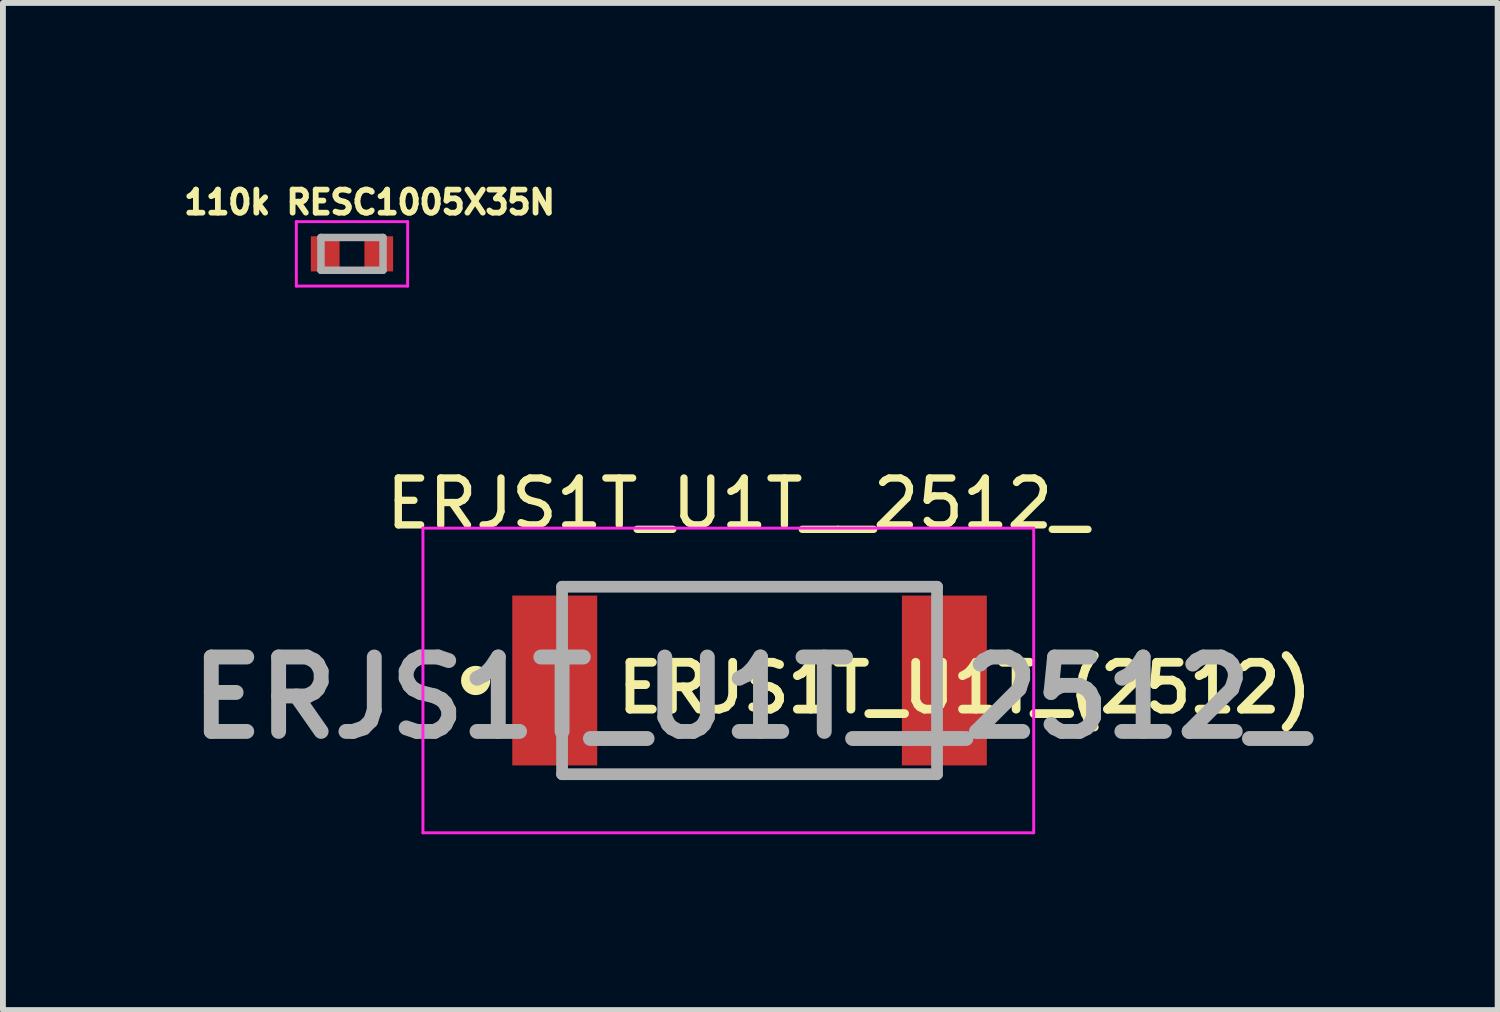
<source format=kicad_pcb>
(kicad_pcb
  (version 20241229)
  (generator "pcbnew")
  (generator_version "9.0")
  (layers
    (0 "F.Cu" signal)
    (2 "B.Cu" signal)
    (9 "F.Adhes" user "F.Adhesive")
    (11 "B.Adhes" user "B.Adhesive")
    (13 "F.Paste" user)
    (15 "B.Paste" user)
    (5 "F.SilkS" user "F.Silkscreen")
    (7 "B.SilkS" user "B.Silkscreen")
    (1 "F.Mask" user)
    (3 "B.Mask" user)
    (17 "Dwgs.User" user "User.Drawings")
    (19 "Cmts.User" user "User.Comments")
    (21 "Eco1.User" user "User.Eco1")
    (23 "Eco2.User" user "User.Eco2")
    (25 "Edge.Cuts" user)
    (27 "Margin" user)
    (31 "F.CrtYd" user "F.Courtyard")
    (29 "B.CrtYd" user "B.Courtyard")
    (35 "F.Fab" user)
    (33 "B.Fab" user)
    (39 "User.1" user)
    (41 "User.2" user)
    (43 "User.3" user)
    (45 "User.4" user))
  (footprint "ERJS1T_U1T__2512_"
    (layer "F.Cu")
    (at 9.744 8.565)
    (property "Reference" "ERJS1T_U1T__2512_" (at -0.205 -3.02 0) (layer "F.SilkS") (effects (font (size 0.8 0.8) (thickness 0.125))))
    (property "Value" "ERJS1T_U1T_(2512)" (at -0.1 -0.975 0) (layer "F.SilkS") (hide yes) (effects (font (size 1.27 1.27) (thickness 0.254))))
    (attr smd)
    (fp_circle (center -4.675 0) (end -4.675 0.05) (stroke (width 0.2) (type solid)) (fill no) (layer "F.SilkS"))
    (fp_line (start -5.575 -2.6) (end 4.85 -2.6) (stroke (width 0.05) (type solid)) (layer "F.CrtYd"))
    (fp_line (start -5.575 2.6) (end -5.575 -2.6) (stroke (width 0.05) (type solid)) (layer "F.CrtYd"))
    (fp_line (start 4.85 -2.6) (end 4.85 2.6) (stroke (width 0.05) (type solid)) (layer "F.CrtYd"))
    (fp_line (start 4.85 2.6) (end -5.575 2.6) (stroke (width 0.05) (type solid)) (layer "F.CrtYd"))
    (fp_line (start -3.2 -1.6) (end 3.2 -1.6) (stroke (width 0.2) (type solid)) (layer "F.Fab"))
    (fp_line (start -3.2 1.6) (end -3.2 -1.6) (stroke (width 0.2) (type solid)) (layer "F.Fab"))
    (fp_line (start 3.2 -1.6) (end 3.2 1.6) (stroke (width 0.2) (type solid)) (layer "F.Fab"))
    (fp_line (start 3.2 1.6) (end -3.2 1.6) (stroke (width 0.2) (type solid)) (layer "F.Fab"))
    (fp_text user "${VALUE}" (at -2.33 0.595 0) (unlocked yes) (layer "F.SilkS") (effects (font (size 0.8 0.8) (thickness 0.15)) (justify left bottom)))
    (fp_text user "${REFERENCE}" (at 0.005 0.295 0) (layer "F.Fab") (effects (font (size 1.27 1.27) (thickness 0.254))))
    (pad "1" smd rect (at -3.325 0) (size 1.45 2.9) (layers "F.Cu" "F.Mask" "F.Paste"))
    (pad "2" smd rect (at 3.325 0) (size 1.45 2.9) (layers "F.Cu" "F.Mask" "F.Paste")))
  (footprint "110k RESC1005X35N"
    (layer "F.Cu")
    (at 2.958 1.283)
    (property "Reference" "110k RESC1005X35N" (at 0.3 -0.88 0) (layer "F.SilkS") (effects (font (size 0.394 0.394) (thickness 0.15))))
    (attr smd)
    (fp_line (start -0.95 -0.55) (end 0.95 -0.55) (stroke (width 0.05) (type solid)) (layer "F.CrtYd"))
    (fp_line (start -0.95 0.55) (end -0.95 -0.55) (stroke (width 0.05) (type solid)) (layer "F.CrtYd"))
    (fp_line (start -0.95 0.55) (end 0.95 0.55) (stroke (width 0.05) (type solid)) (layer "F.CrtYd"))
    (fp_line (start 0.95 0.55) (end 0.95 -0.55) (stroke (width 0.05) (type solid)) (layer "F.CrtYd"))
    (fp_line (start -0.53 0.28) (end -0.53 -0.28) (stroke (width 0.127) (type solid)) (layer "F.Fab"))
    (fp_line (start 0.53 -0.28) (end -0.53 -0.28) (stroke (width 0.127) (type solid)) (layer "F.Fab"))
    (fp_line (start 0.53 0.28) (end -0.53 0.28) (stroke (width 0.127) (type solid)) (layer "F.Fab"))
    (fp_line (start 0.53 0.28) (end 0.53 -0.28) (stroke (width 0.127) (type solid)) (layer "F.Fab"))
    (pad "1" smd rect (at -0.457 0) (size 0.49 0.6) (layers "F.Cu" "F.Mask" "F.Paste"))
    (pad "2" smd rect (at 0.457 0) (size 0.49 0.6) (layers "F.Cu" "F.Mask" "F.Paste")))
  (gr_rect
    (start -3 -3)
    (end 22.513 14.19)
    (stroke (width 0.1) (type default))
    (fill no)
    (layer "Edge.Cuts")))
</source>
